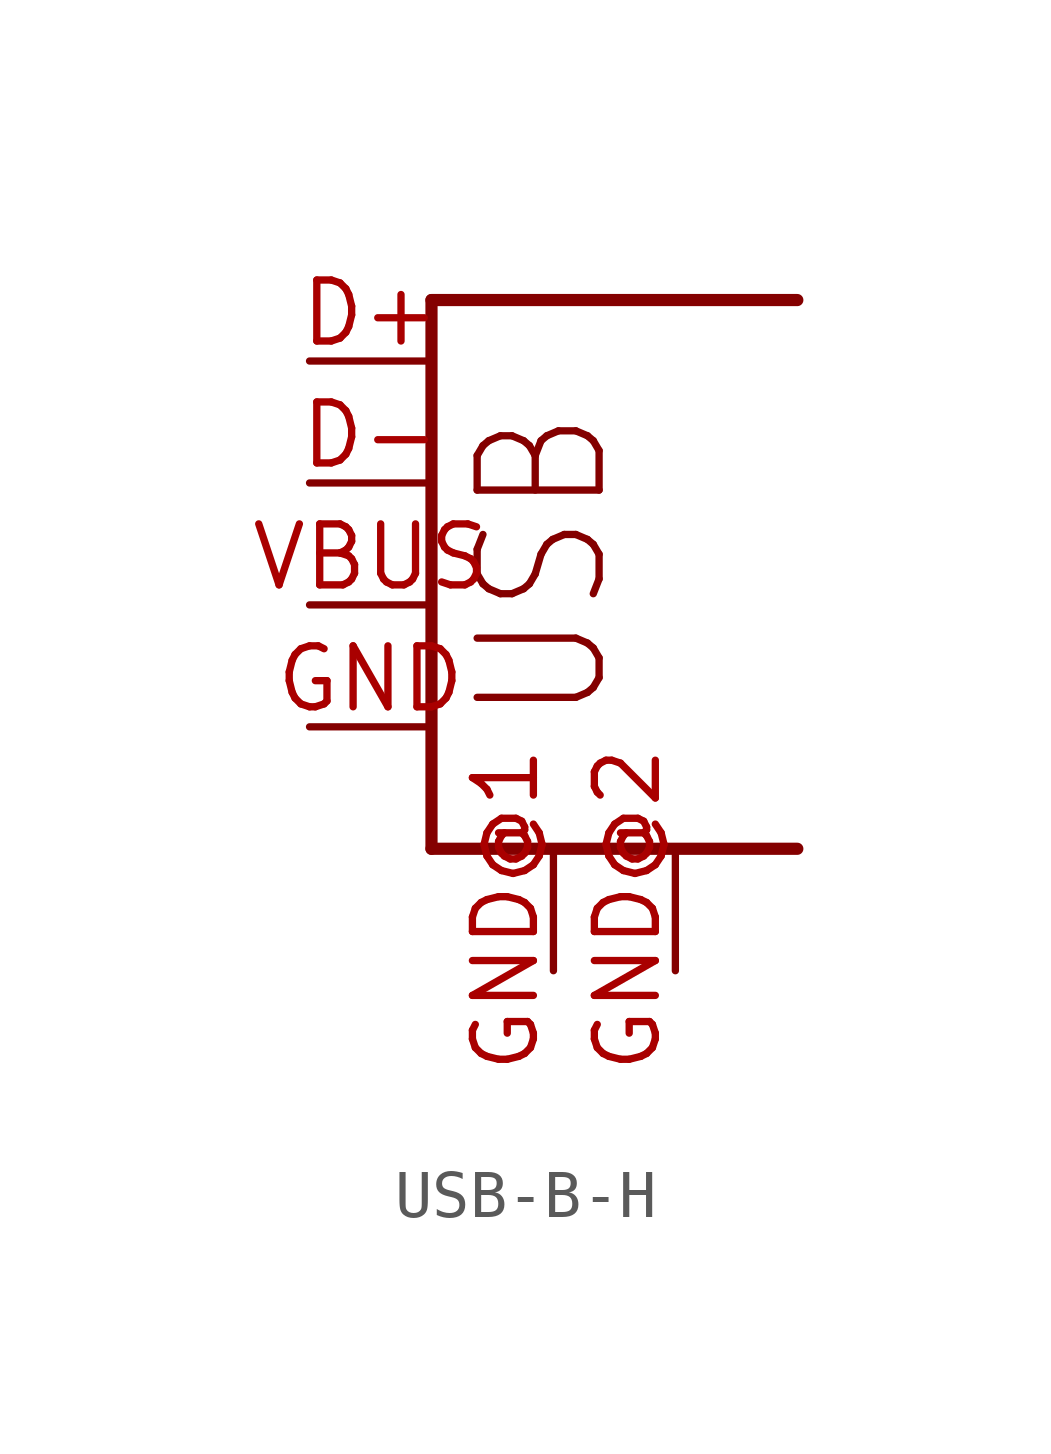
<source format=kicad_sym>
(kicad_symbol_lib
  (version 20231120)
  (generator "kicad_symbol_editor")
  (generator_version "8.0")
  (symbol "USB-B-H"
    (property "Reference" "USB"
      (at 0 0 0)
      (effects (font (size 1.27 1.27)) (hide yes)))
    (property "ki_locked" ""
      (at 0 0 0)
      (effects (font (size 1.27 1.27))))
    (symbol "USB-B-H_1_0"
      (polyline (pts (xy 0 -2.54) (xy 7.62 -2.54)) (stroke (width 0.254) (type solid)) (fill (type none)))
      (polyline (pts (xy 0 8.89) (xy 0 -2.54)) (stroke (width 0.254) (type solid)) (fill (type none)))
      (polyline (pts (xy 7.62 8.89) (xy 0 8.89)) (stroke (width 0.254) (type solid)) (fill (type none)))
      (text "USB" (at 3.81 0 900) (effects (font (size 2.54 2.159)) (justify left bottom)))
      (pin bidirectional line (at -2.54 7.62 0) (length 2.54) (name "D+" (effects (font (size 0 0)))) (number "D+" (effects (font (size 1.27 1.27)))))
      (pin bidirectional line (at -2.54 5.08 0) (length 2.54) (name "D-" (effects (font (size 0 0)))) (number "D-" (effects (font (size 1.27 1.27)))))
      (pin bidirectional line (at -2.54 0 0) (length 2.54) (name "GND" (effects (font (size 0 0)))) (number "GND" (effects (font (size 1.27 1.27)))))
      (pin bidirectional line (at 2.54 -5.08 90) (length 2.54) (name "GND@1" (effects (font (size 0 0)))) (number "GND@1" (effects (font (size 1.27 1.27)))))
      (pin bidirectional line (at 5.08 -5.08 90) (length 2.54) (name "GND@2" (effects (font (size 0 0)))) (number "GND@2" (effects (font (size 1.27 1.27)))))
      (pin bidirectional line (at -2.54 2.54 0) (length 2.54) (name "VBUS" (effects (font (size 0 0)))) (number "VBUS" (effects (font (size 1.27 1.27))))))))
</source>
